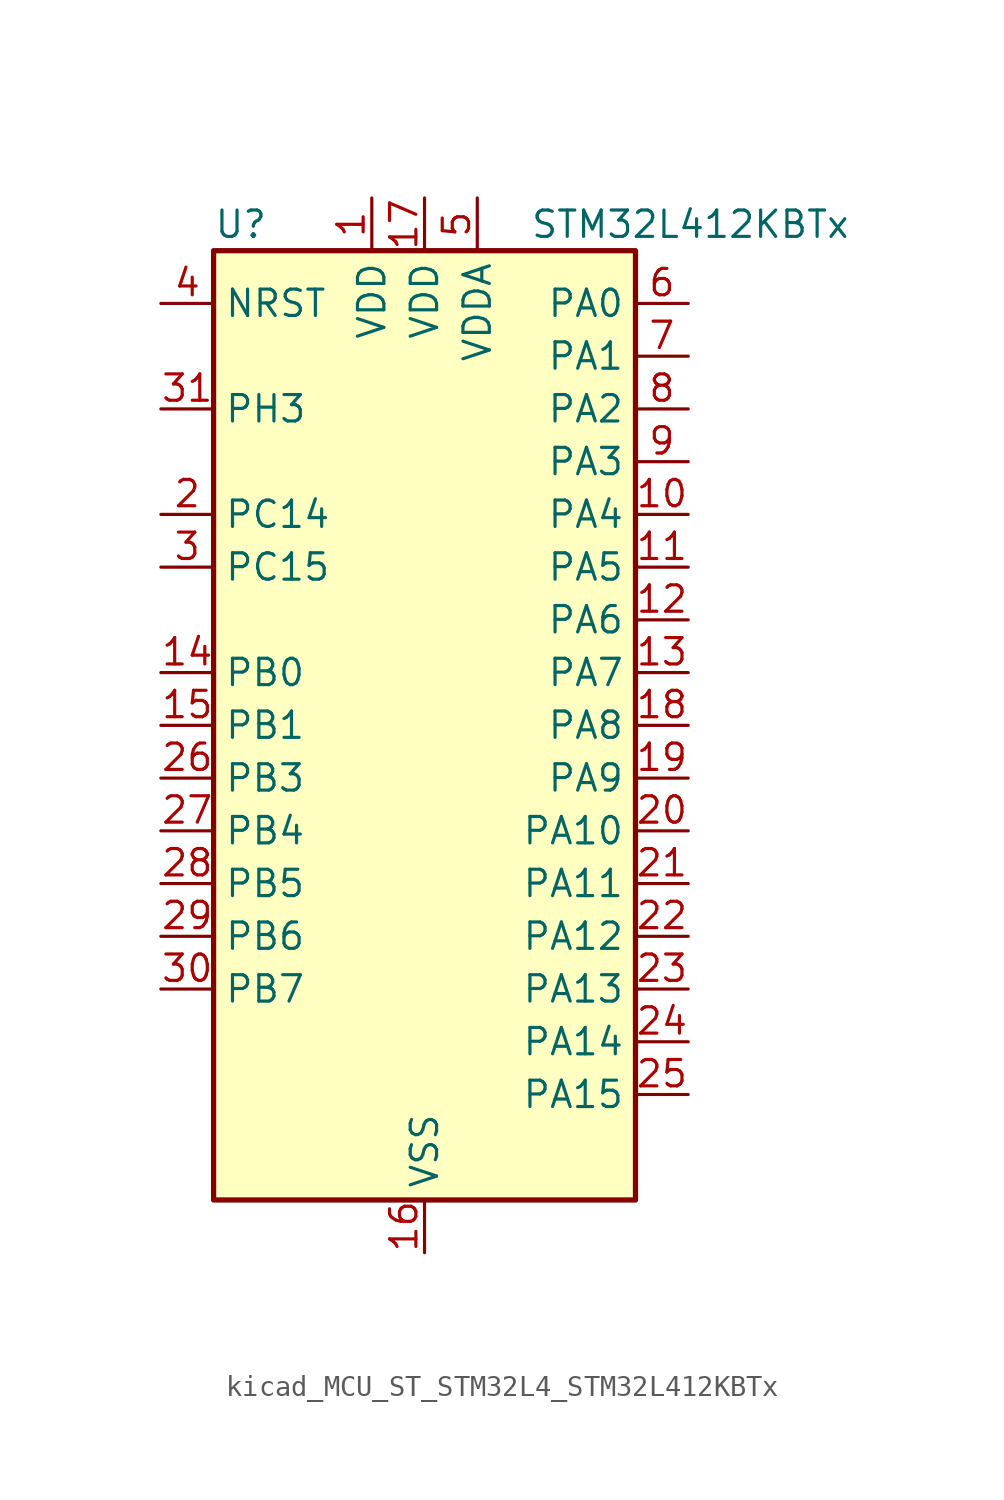
<source format=kicad_sym>
(kicad_symbol_lib
  (version 20220914)
  (generator kicad_symbol_editor)
  (symbol "kicad_MCU_ST_STM32L4_STM32L412KBTx"
    (property "Reference" "U"
      (at -10.16 24.13 0)
      (effects (font (size 1.27 1.27)) (justify left)))
    (property "Value" "STM32L412KBTx"
      (at 5.08 24.13 0)
      (effects (font (size 1.27 1.27)) (justify left)))
    (property "ki_locked" ""
      (at 0 0 0)
      (effects (font (size 1.27 1.27))))
    (symbol "kicad_MCU_ST_STM32L4_STM32L412KBTx_0_1"
      (rectangle (start -10.16 -22.86) (end 10.16 22.86) (stroke (width 0.254) (type default)) (fill (type background))))
    (symbol "kicad_MCU_ST_STM32L4_STM32L412KBTx_1_1"
      (pin power_in line (at -2.54 25.4 270) (length 2.54) (name "VDD" (effects (font (size 1.27 1.27)))) (number "1" (effects (font (size 1.27 1.27)))))
      (pin bidirectional line (at 12.7 10.16 180) (length 2.54) (name "PA4" (effects (font (size 1.27 1.27)))) (number "10" (effects (font (size 1.27 1.27)))) (alternate "ADC1_IN9" bidirectional line) (alternate "ADC2_IN9" bidirectional line) (alternate "COMP1_INM" bidirectional line) (alternate "LPTIM2_OUT" bidirectional line) (alternate "SPI1_NSS" bidirectional line) (alternate "USART2_CK" bidirectional line))
      (pin bidirectional line (at 12.7 7.62 180) (length 2.54) (name "PA5" (effects (font (size 1.27 1.27)))) (number "11" (effects (font (size 1.27 1.27)))) (alternate "ADC1_IN10" bidirectional line) (alternate "ADC2_IN10" bidirectional line) (alternate "COMP1_INM" bidirectional line) (alternate "LPTIM2_ETR" bidirectional line) (alternate "SPI1_SCK" bidirectional line) (alternate "TIM2_CH1" bidirectional line) (alternate "TIM2_ETR" bidirectional line))
      (pin bidirectional line (at 12.7 5.08 180) (length 2.54) (name "PA6" (effects (font (size 1.27 1.27)))) (number "12" (effects (font (size 1.27 1.27)))) (alternate "ADC1_IN11" bidirectional line) (alternate "ADC2_IN11" bidirectional line) (alternate "COMP1_OUT" bidirectional line) (alternate "LPUART1_CTS" bidirectional line) (alternate "QUADSPI_BK1_IO3" bidirectional line) (alternate "SPI1_MISO" bidirectional line) (alternate "TIM16_CH1" bidirectional line) (alternate "TIM1_BKIN" bidirectional line))
      (pin bidirectional line (at 12.7 2.54 180) (length 2.54) (name "PA7" (effects (font (size 1.27 1.27)))) (number "13" (effects (font (size 1.27 1.27)))) (alternate "ADC1_IN12" bidirectional line) (alternate "ADC2_IN12" bidirectional line) (alternate "I2C3_SCL" bidirectional line) (alternate "QUADSPI_BK1_IO2" bidirectional line) (alternate "SPI1_MOSI" bidirectional line) (alternate "TIM1_CH1N" bidirectional line))
      (pin bidirectional line (at -12.7 2.54 0) (length 2.54) (name "PB0" (effects (font (size 1.27 1.27)))) (number "14" (effects (font (size 1.27 1.27)))) (alternate "ADC1_IN15" bidirectional line) (alternate "ADC2_IN15" bidirectional line) (alternate "COMP1_OUT" bidirectional line) (alternate "QUADSPI_BK1_IO1" bidirectional line) (alternate "SPI1_NSS" bidirectional line) (alternate "SYS_TRACED0" bidirectional line) (alternate "TIM1_CH2N" bidirectional line))
      (pin bidirectional line (at -12.7 0 0) (length 2.54) (name "PB1" (effects (font (size 1.27 1.27)))) (number "15" (effects (font (size 1.27 1.27)))) (alternate "ADC1_IN16" bidirectional line) (alternate "ADC2_IN16" bidirectional line) (alternate "COMP1_INM" bidirectional line) (alternate "LPTIM2_IN1" bidirectional line) (alternate "LPUART1_DE" bidirectional line) (alternate "LPUART1_RTS" bidirectional line) (alternate "QUADSPI_BK1_IO0" bidirectional line) (alternate "SYS_TRACED1" bidirectional line) (alternate "TIM1_CH3N" bidirectional line))
      (pin power_in line (at 0 -25.4 90) (length 2.54) (name "VSS" (effects (font (size 1.27 1.27)))) (number "16" (effects (font (size 1.27 1.27)))))
      (pin power_in line (at 0 25.4 270) (length 2.54) (name "VDD" (effects (font (size 1.27 1.27)))) (number "17" (effects (font (size 1.27 1.27)))))
      (pin bidirectional line (at 12.7 0 180) (length 2.54) (name "PA8" (effects (font (size 1.27 1.27)))) (number "18" (effects (font (size 1.27 1.27)))) (alternate "LPTIM2_OUT" bidirectional line) (alternate "RCC_MCO" bidirectional line) (alternate "TIM1_CH1" bidirectional line) (alternate "USART1_CK" bidirectional line))
      (pin bidirectional line (at 12.7 -2.54 180) (length 2.54) (name "PA9" (effects (font (size 1.27 1.27)))) (number "19" (effects (font (size 1.27 1.27)))) (alternate "I2C1_SCL" bidirectional line) (alternate "TIM15_BKIN" bidirectional line) (alternate "TIM1_CH2" bidirectional line) (alternate "USART1_TX" bidirectional line))
      (pin bidirectional line (at -12.7 10.16 0) (length 2.54) (name "PC14" (effects (font (size 1.27 1.27)))) (number "2" (effects (font (size 1.27 1.27)))) (alternate "RCC_OSC32_IN" bidirectional line))
      (pin bidirectional line (at 12.7 -5.08 180) (length 2.54) (name "PA10" (effects (font (size 1.27 1.27)))) (number "20" (effects (font (size 1.27 1.27)))) (alternate "CRS_SYNC" bidirectional line) (alternate "I2C1_SDA" bidirectional line) (alternate "TIM1_CH3" bidirectional line) (alternate "USART1_RX" bidirectional line))
      (pin bidirectional line (at 12.7 -7.62 180) (length 2.54) (name "PA11" (effects (font (size 1.27 1.27)))) (number "21" (effects (font (size 1.27 1.27)))) (alternate "ADC1_EXTI11" bidirectional line) (alternate "ADC2_EXTI11" bidirectional line) (alternate "COMP1_OUT" bidirectional line) (alternate "SPI1_MISO" bidirectional line) (alternate "TIM1_BKIN2" bidirectional line) (alternate "TIM1_BKIN2_COMP1" bidirectional line) (alternate "TIM1_CH4" bidirectional line) (alternate "USART1_CTS" bidirectional line) (alternate "USB_DM" bidirectional line))
      (pin bidirectional line (at 12.7 -10.16 180) (length 2.54) (name "PA12" (effects (font (size 1.27 1.27)))) (number "22" (effects (font (size 1.27 1.27)))) (alternate "SPI1_MOSI" bidirectional line) (alternate "TIM1_ETR" bidirectional line) (alternate "USART1_DE" bidirectional line) (alternate "USART1_RTS" bidirectional line) (alternate "USB_DP" bidirectional line))
      (pin bidirectional line (at 12.7 -12.7 180) (length 2.54) (name "PA13" (effects (font (size 1.27 1.27)))) (number "23" (effects (font (size 1.27 1.27)))) (alternate "IR_OUT" bidirectional line) (alternate "SYS_JTMS-SWDIO" bidirectional line) (alternate "USB_NOE" bidirectional line))
      (pin bidirectional line (at 12.7 -15.24 180) (length 2.54) (name "PA14" (effects (font (size 1.27 1.27)))) (number "24" (effects (font (size 1.27 1.27)))) (alternate "I2C1_SMBA" bidirectional line) (alternate "LPTIM1_OUT" bidirectional line) (alternate "SYS_JTCK-SWCLK" bidirectional line))
      (pin bidirectional line (at 12.7 -17.78 180) (length 2.54) (name "PA15" (effects (font (size 1.27 1.27)))) (number "25" (effects (font (size 1.27 1.27)))) (alternate "ADC1_EXTI15" bidirectional line) (alternate "ADC2_EXTI15" bidirectional line) (alternate "SPI1_NSS" bidirectional line) (alternate "SYS_JTDI" bidirectional line) (alternate "TIM2_CH1" bidirectional line) (alternate "TIM2_ETR" bidirectional line) (alternate "USART2_RX" bidirectional line))
      (pin bidirectional line (at -12.7 -2.54 0) (length 2.54) (name "PB3" (effects (font (size 1.27 1.27)))) (number "26" (effects (font (size 1.27 1.27)))) (alternate "SPI1_SCK" bidirectional line) (alternate "SYS_JTDO-SWO" bidirectional line) (alternate "TIM2_CH2" bidirectional line) (alternate "USART1_DE" bidirectional line) (alternate "USART1_RTS" bidirectional line))
      (pin bidirectional line (at -12.7 -5.08 0) (length 2.54) (name "PB4" (effects (font (size 1.27 1.27)))) (number "27" (effects (font (size 1.27 1.27)))) (alternate "I2C3_SDA" bidirectional line) (alternate "SPI1_MISO" bidirectional line) (alternate "SYS_JTRST" bidirectional line) (alternate "TSC_G2_IO1" bidirectional line) (alternate "USART1_CTS" bidirectional line))
      (pin bidirectional line (at -12.7 -7.62 0) (length 2.54) (name "PB5" (effects (font (size 1.27 1.27)))) (number "28" (effects (font (size 1.27 1.27)))) (alternate "I2C1_SMBA" bidirectional line) (alternate "LPTIM1_IN1" bidirectional line) (alternate "SPI1_MOSI" bidirectional line) (alternate "SYS_TRACED2" bidirectional line) (alternate "TIM16_BKIN" bidirectional line) (alternate "TSC_G2_IO2" bidirectional line) (alternate "USART1_CK" bidirectional line))
      (pin bidirectional line (at -12.7 -10.16 0) (length 2.54) (name "PB6" (effects (font (size 1.27 1.27)))) (number "29" (effects (font (size 1.27 1.27)))) (alternate "I2C1_SCL" bidirectional line) (alternate "LPTIM1_ETR" bidirectional line) (alternate "SYS_TRACED3" bidirectional line) (alternate "TIM16_CH1N" bidirectional line) (alternate "TSC_G2_IO3" bidirectional line) (alternate "USART1_TX" bidirectional line))
      (pin bidirectional line (at -12.7 7.62 0) (length 2.54) (name "PC15" (effects (font (size 1.27 1.27)))) (number "3" (effects (font (size 1.27 1.27)))) (alternate "ADC1_EXTI15" bidirectional line) (alternate "ADC2_EXTI15" bidirectional line) (alternate "RCC_OSC32_OUT" bidirectional line))
      (pin bidirectional line (at -12.7 -12.7 0) (length 2.54) (name "PB7" (effects (font (size 1.27 1.27)))) (number "30" (effects (font (size 1.27 1.27)))) (alternate "I2C1_SDA" bidirectional line) (alternate "LPTIM1_IN2" bidirectional line) (alternate "SYS_PVD_IN" bidirectional line) (alternate "SYS_TRACECLK" bidirectional line) (alternate "TSC_G2_IO4" bidirectional line) (alternate "USART1_RX" bidirectional line))
      (pin bidirectional line (at -12.7 15.24 0) (length 2.54) (name "PH3" (effects (font (size 1.27 1.27)))) (number "31" (effects (font (size 1.27 1.27)))))
      (pin passive line (at 0 -25.4 90) (length 2.54) hide (name "VSS" (effects (font (size 1.27 1.27)))) (number "32" (effects (font (size 1.27 1.27)))))
      (pin input line (at -12.7 20.32 0) (length 2.54) (name "NRST" (effects (font (size 1.27 1.27)))) (number "4" (effects (font (size 1.27 1.27)))))
      (pin power_in line (at 2.54 25.4 270) (length 2.54) (name "VDDA" (effects (font (size 1.27 1.27)))) (number "5" (effects (font (size 1.27 1.27)))))
      (pin bidirectional line (at 12.7 20.32 180) (length 2.54) (name "PA0" (effects (font (size 1.27 1.27)))) (number "6" (effects (font (size 1.27 1.27)))) (alternate "ADC1_IN5" bidirectional line) (alternate "COMP1_INM" bidirectional line) (alternate "COMP1_OUT" bidirectional line) (alternate "OPAMP1_VINP" bidirectional line) (alternate "RCC_CK_IN" bidirectional line) (alternate "RTC_TAMP2" bidirectional line) (alternate "SYS_WKUP1" bidirectional line) (alternate "TIM2_CH1" bidirectional line) (alternate "TIM2_ETR" bidirectional line) (alternate "USART2_CTS" bidirectional line))
      (pin bidirectional line (at 12.7 17.78 180) (length 2.54) (name "PA1" (effects (font (size 1.27 1.27)))) (number "7" (effects (font (size 1.27 1.27)))) (alternate "ADC1_IN6" bidirectional line) (alternate "COMP1_INP" bidirectional line) (alternate "I2C1_SMBA" bidirectional line) (alternate "OPAMP1_VINM" bidirectional line) (alternate "SPI1_SCK" bidirectional line) (alternate "TIM15_CH1N" bidirectional line) (alternate "TIM2_CH2" bidirectional line) (alternate "USART2_DE" bidirectional line) (alternate "USART2_RTS" bidirectional line))
      (pin bidirectional line (at 12.7 15.24 180) (length 2.54) (name "PA2" (effects (font (size 1.27 1.27)))) (number "8" (effects (font (size 1.27 1.27)))) (alternate "ADC1_IN7" bidirectional line) (alternate "ADC2_IN7" bidirectional line) (alternate "LPUART1_TX" bidirectional line) (alternate "QUADSPI_BK1_NCS" bidirectional line) (alternate "RCC_LSCO" bidirectional line) (alternate "SYS_WKUP4" bidirectional line) (alternate "TIM15_CH1" bidirectional line) (alternate "TIM2_CH3" bidirectional line) (alternate "USART2_TX" bidirectional line))
      (pin bidirectional line (at 12.7 12.7 180) (length 2.54) (name "PA3" (effects (font (size 1.27 1.27)))) (number "9" (effects (font (size 1.27 1.27)))) (alternate "ADC1_IN8" bidirectional line) (alternate "ADC2_IN8" bidirectional line) (alternate "LPUART1_RX" bidirectional line) (alternate "OPAMP1_VOUT" bidirectional line) (alternate "QUADSPI_CLK" bidirectional line) (alternate "TIM15_CH2" bidirectional line) (alternate "TIM2_CH4" bidirectional line) (alternate "USART2_RX" bidirectional line)))))
</source>
